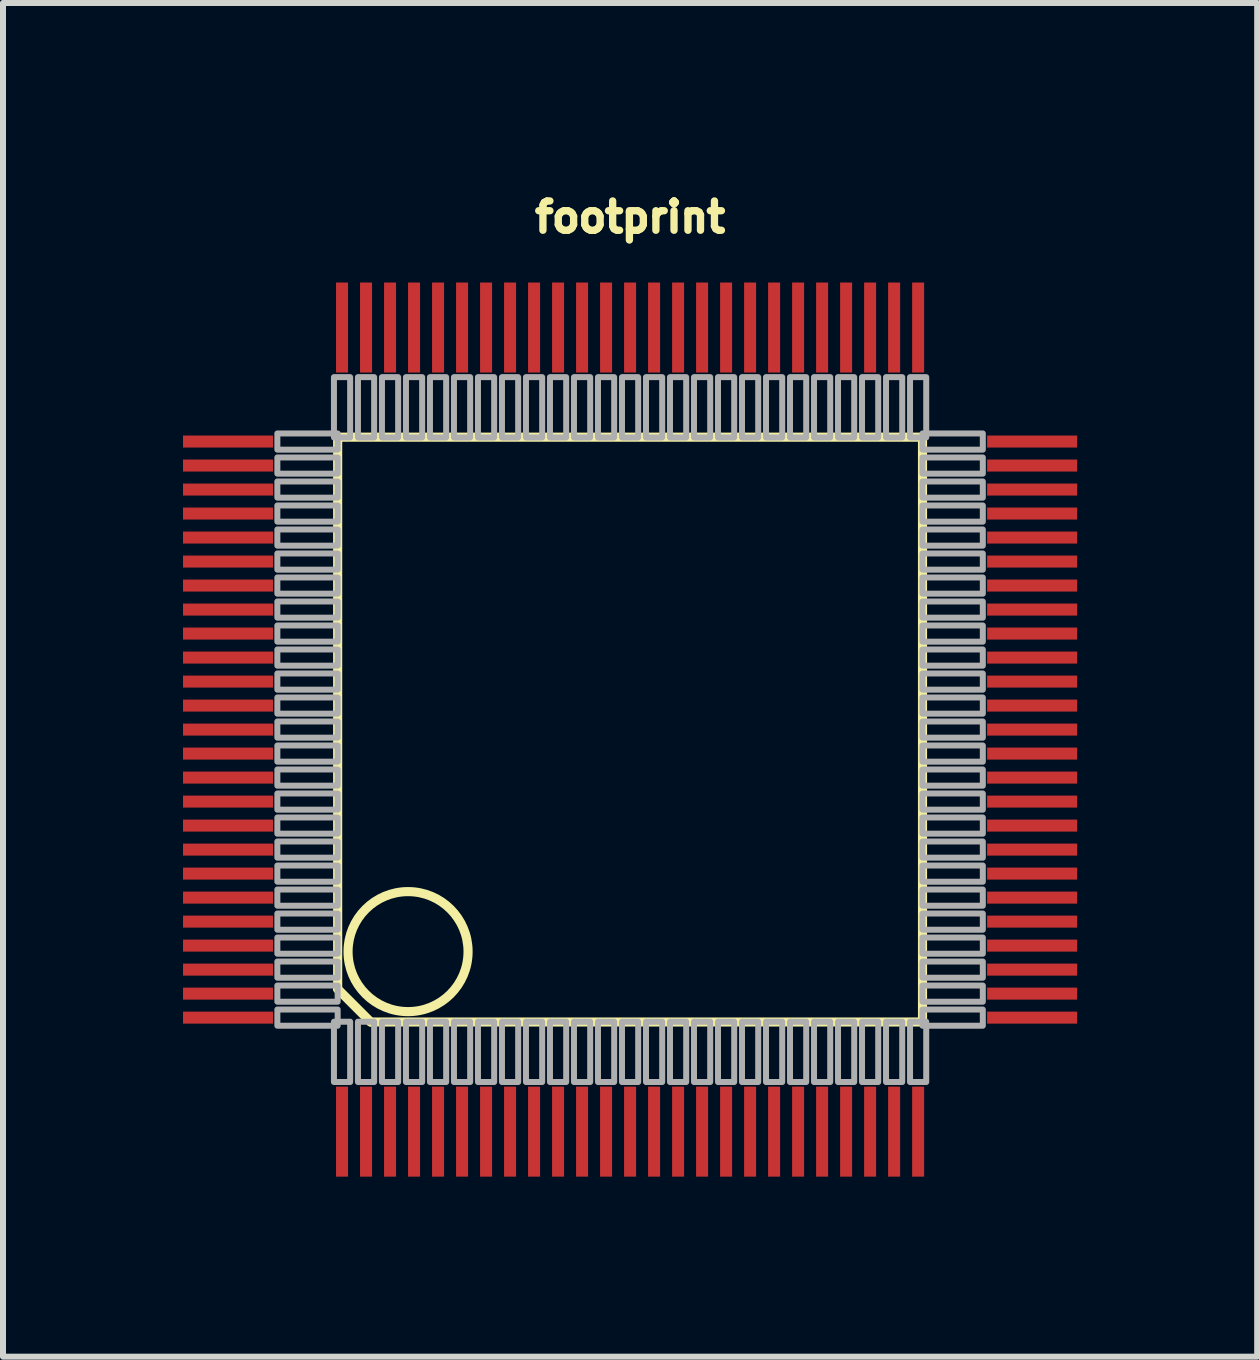
<source format=kicad_pcb>
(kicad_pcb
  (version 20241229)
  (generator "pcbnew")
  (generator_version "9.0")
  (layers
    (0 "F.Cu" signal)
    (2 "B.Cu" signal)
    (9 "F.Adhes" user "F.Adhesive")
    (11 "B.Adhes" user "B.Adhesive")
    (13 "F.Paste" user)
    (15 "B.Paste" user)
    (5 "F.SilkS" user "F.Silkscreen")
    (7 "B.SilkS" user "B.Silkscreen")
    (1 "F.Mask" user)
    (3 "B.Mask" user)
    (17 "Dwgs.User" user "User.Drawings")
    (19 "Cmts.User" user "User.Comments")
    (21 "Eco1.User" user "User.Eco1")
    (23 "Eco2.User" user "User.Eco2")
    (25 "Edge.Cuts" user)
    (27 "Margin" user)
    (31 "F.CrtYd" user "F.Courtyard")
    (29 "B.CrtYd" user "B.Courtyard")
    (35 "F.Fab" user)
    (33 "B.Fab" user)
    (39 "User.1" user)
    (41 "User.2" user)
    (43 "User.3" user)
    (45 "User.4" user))
  (footprint "footprint"
    (layer "F.Cu")
    (at 7.45 9.108)
    (property "Reference" "footprint" (at 0 -8.255 0) (layer "F.SilkS") (effects (font (size 0.488 0.488) (thickness 0.122)) (justify bottom)))
    (fp_line (start -4.873 -4.873) (end 4.873 -4.873) (stroke (width 0.152) (type solid)) (layer "F.SilkS"))
    (fp_line (start -4.873 4.323) (end -4.873 -4.873) (stroke (width 0.152) (type solid)) (layer "F.SilkS"))
    (fp_line (start -4.323 4.873) (end -4.873 4.323) (stroke (width 0.152) (type solid)) (layer "F.SilkS"))
    (fp_line (start 4.873 -4.873) (end 4.873 4.873) (stroke (width 0.152) (type solid)) (layer "F.SilkS"))
    (fp_line (start 4.873 4.873) (end -4.323 4.873) (stroke (width 0.152) (type solid)) (layer "F.SilkS"))
    (fp_circle (center -3.7 3.7) (end -2.7 3.7) (stroke (width 0.152) (type solid)) (fill no) (layer "F.SilkS"))
    (fp_poly (pts (xy -7.208 -4.707) (xy -6.386 -4.707) (xy -6.386 -4.892) (xy -7.208 -4.892)) (stroke (width 0) (type solid)) (fill yes) (layer "F.Paste"))
    (fp_poly (pts (xy -7.208 -2.309) (xy -6.386 -2.309) (xy -6.386 -2.494) (xy -7.208 -2.494)) (stroke (width 0) (type solid)) (fill yes) (layer "F.Paste"))
    (fp_poly (pts (xy -7.208 -1.509) (xy -6.386 -1.509) (xy -6.386 -1.694) (xy -7.208 -1.694)) (stroke (width 0) (type solid)) (fill yes) (layer "F.Paste"))
    (fp_poly (pts (xy -7.208 0.889) (xy -6.386 0.889) (xy -6.386 0.704) (xy -7.208 0.704)) (stroke (width 0) (type solid)) (fill yes) (layer "F.Paste"))
    (fp_poly (pts (xy -7.208 1.694) (xy -6.386 1.694) (xy -6.386 1.509) (xy -7.208 1.509)) (stroke (width 0) (type solid)) (fill yes) (layer "F.Paste"))
    (fp_poly (pts (xy -7.208 4.092) (xy -6.386 4.092) (xy -6.386 3.906) (xy -7.208 3.906)) (stroke (width 0) (type solid)) (fill yes) (layer "F.Paste"))
    (fp_poly (pts (xy -7.208 4.895) (xy -6.386 4.895) (xy -6.386 4.709) (xy -7.208 4.709)) (stroke (width 0) (type solid)) (fill yes) (layer "F.Paste"))
    (fp_poly (pts (xy -7.198 -3.109) (xy -6.375 -3.109) (xy -6.375 -3.294) (xy -7.198 -3.294)) (stroke (width 0) (type solid)) (fill yes) (layer "F.Paste"))
    (fp_poly (pts (xy -7.198 0.089) (xy -6.375 0.089) (xy -6.375 -0.097) (xy -7.198 -0.097)) (stroke (width 0) (type solid)) (fill yes) (layer "F.Paste"))
    (fp_poly (pts (xy -7.198 3.292) (xy -6.375 3.292) (xy -6.375 3.106) (xy -7.198 3.106)) (stroke (width 0) (type solid)) (fill yes) (layer "F.Paste"))
    (fp_poly (pts (xy -7.186 -3.906) (xy -6.363 -3.906) (xy -6.363 -4.092) (xy -7.186 -4.092)) (stroke (width 0) (type solid)) (fill yes) (layer "F.Paste"))
    (fp_poly (pts (xy -7.186 -0.709) (xy -6.363 -0.709) (xy -6.363 -0.894) (xy -7.186 -0.894)) (stroke (width 0) (type solid)) (fill yes) (layer "F.Paste"))
    (fp_poly (pts (xy -7.186 2.494) (xy -6.363 2.494) (xy -6.363 2.309) (xy -7.186 2.309)) (stroke (width 0) (type solid)) (fill yes) (layer "F.Paste"))
    (fp_poly (pts (xy -6.952 -4.313) (xy -6.154 -4.313) (xy -6.154 -4.491) (xy -6.952 -4.491)) (stroke (width 0) (type solid)) (fill yes) (layer "F.Paste"))
    (fp_poly (pts (xy -6.952 -1.915) (xy -6.154 -1.915) (xy -6.154 -2.093) (xy -6.952 -2.093)) (stroke (width 0) (type solid)) (fill yes) (layer "F.Paste"))
    (fp_poly (pts (xy -6.952 -1.115) (xy -6.154 -1.115) (xy -6.154 -1.293) (xy -6.952 -1.293)) (stroke (width 0) (type solid)) (fill yes) (layer "F.Paste"))
    (fp_poly (pts (xy -6.952 1.283) (xy -6.154 1.283) (xy -6.154 1.105) (xy -6.952 1.105)) (stroke (width 0) (type solid)) (fill yes) (layer "F.Paste"))
    (fp_poly (pts (xy -6.952 2.088) (xy -6.154 2.088) (xy -6.154 1.91) (xy -6.952 1.91)) (stroke (width 0) (type solid)) (fill yes) (layer "F.Paste"))
    (fp_poly (pts (xy -6.952 4.486) (xy -6.154 4.486) (xy -6.154 4.308) (xy -6.952 4.308)) (stroke (width 0) (type solid)) (fill yes) (layer "F.Paste"))
    (fp_poly (pts (xy -6.942 -2.715) (xy -6.144 -2.715) (xy -6.144 -2.893) (xy -6.942 -2.893)) (stroke (width 0) (type solid)) (fill yes) (layer "F.Paste"))
    (fp_poly (pts (xy -6.942 0.482) (xy -6.144 0.482) (xy -6.144 0.305) (xy -6.942 0.305)) (stroke (width 0) (type solid)) (fill yes) (layer "F.Paste"))
    (fp_poly (pts (xy -6.942 3.686) (xy -6.144 3.686) (xy -6.144 3.508) (xy -6.942 3.508)) (stroke (width 0) (type solid)) (fill yes) (layer "F.Paste"))
    (fp_poly (pts (xy -6.929 -3.513) (xy -6.132 -3.513) (xy -6.132 -3.691) (xy -6.929 -3.691)) (stroke (width 0) (type solid)) (fill yes) (layer "F.Paste"))
    (fp_poly (pts (xy -6.929 -0.315) (xy -6.132 -0.315) (xy -6.132 -0.493) (xy -6.929 -0.493)) (stroke (width 0) (type solid)) (fill yes) (layer "F.Paste"))
    (fp_poly (pts (xy -6.929 2.888) (xy -6.132 2.888) (xy -6.132 2.71) (xy -6.929 2.71)) (stroke (width 0) (type solid)) (fill yes) (layer "F.Paste"))
    (fp_poly (pts (xy -4.707 -6.17) (xy -4.707 -6.993) (xy -4.892 -6.993) (xy -4.892 -6.17)) (stroke (width 0) (type solid)) (fill yes) (layer "F.Paste"))
    (fp_poly (pts (xy -4.707 7.219) (xy -4.707 6.396) (xy -4.892 6.396) (xy -4.892 7.219)) (stroke (width 0) (type solid)) (fill yes) (layer "F.Paste"))
    (fp_poly (pts (xy -4.313 -6.426) (xy -4.313 -7.224) (xy -4.491 -7.224) (xy -4.491 -6.426)) (stroke (width 0) (type solid)) (fill yes) (layer "F.Paste"))
    (fp_poly (pts (xy -4.313 6.962) (xy -4.313 6.165) (xy -4.491 6.165) (xy -4.491 6.962)) (stroke (width 0) (type solid)) (fill yes) (layer "F.Paste"))
    (fp_poly (pts (xy -3.906 -6.193) (xy -3.906 -7.015) (xy -4.092 -7.015) (xy -4.092 -6.193)) (stroke (width 0) (type solid)) (fill yes) (layer "F.Paste"))
    (fp_poly (pts (xy -3.906 7.196) (xy -3.906 6.373) (xy -4.092 6.373) (xy -4.092 7.196)) (stroke (width 0) (type solid)) (fill yes) (layer "F.Paste"))
    (fp_poly (pts (xy -3.513 -6.449) (xy -3.513 -7.247) (xy -3.691 -7.247) (xy -3.691 -6.449)) (stroke (width 0) (type solid)) (fill yes) (layer "F.Paste"))
    (fp_poly (pts (xy -3.513 6.939) (xy -3.513 6.142) (xy -3.691 6.142) (xy -3.691 6.939)) (stroke (width 0) (type solid)) (fill yes) (layer "F.Paste"))
    (fp_poly (pts (xy -3.109 -6.18) (xy -3.109 -7.003) (xy -3.294 -7.003) (xy -3.294 -6.18)) (stroke (width 0) (type solid)) (fill yes) (layer "F.Paste"))
    (fp_poly (pts (xy -3.109 7.208) (xy -3.109 6.386) (xy -3.294 6.386) (xy -3.294 7.208)) (stroke (width 0) (type solid)) (fill yes) (layer "F.Paste"))
    (fp_poly (pts (xy -2.715 -6.436) (xy -2.715 -7.234) (xy -2.893 -7.234) (xy -2.893 -6.436)) (stroke (width 0) (type solid)) (fill yes) (layer "F.Paste"))
    (fp_poly (pts (xy -2.715 6.952) (xy -2.715 6.154) (xy -2.893 6.154) (xy -2.893 6.952)) (stroke (width 0) (type solid)) (fill yes) (layer "F.Paste"))
    (fp_poly (pts (xy -2.309 -6.17) (xy -2.309 -6.993) (xy -2.494 -6.993) (xy -2.494 -6.17)) (stroke (width 0) (type solid)) (fill yes) (layer "F.Paste"))
    (fp_poly (pts (xy -2.309 7.219) (xy -2.309 6.396) (xy -2.494 6.396) (xy -2.494 7.219)) (stroke (width 0) (type solid)) (fill yes) (layer "F.Paste"))
    (fp_poly (pts (xy -1.915 -6.426) (xy -1.915 -7.224) (xy -2.093 -7.224) (xy -2.093 -6.426)) (stroke (width 0) (type solid)) (fill yes) (layer "F.Paste"))
    (fp_poly (pts (xy -1.915 6.962) (xy -1.915 6.165) (xy -2.093 6.165) (xy -2.093 6.962)) (stroke (width 0) (type solid)) (fill yes) (layer "F.Paste"))
    (fp_poly (pts (xy -1.509 -6.17) (xy -1.509 -6.993) (xy -1.694 -6.993) (xy -1.694 -6.17)) (stroke (width 0) (type solid)) (fill yes) (layer "F.Paste"))
    (fp_poly (pts (xy -1.509 7.219) (xy -1.509 6.396) (xy -1.694 6.396) (xy -1.694 7.219)) (stroke (width 0) (type solid)) (fill yes) (layer "F.Paste"))
    (fp_poly (pts (xy -1.115 -6.426) (xy -1.115 -7.224) (xy -1.293 -7.224) (xy -1.293 -6.426)) (stroke (width 0) (type solid)) (fill yes) (layer "F.Paste"))
    (fp_poly (pts (xy -1.115 6.962) (xy -1.115 6.165) (xy -1.293 6.165) (xy -1.293 6.962)) (stroke (width 0) (type solid)) (fill yes) (layer "F.Paste"))
    (fp_poly (pts (xy -0.709 -6.193) (xy -0.709 -7.015) (xy -0.894 -7.015) (xy -0.894 -6.193)) (stroke (width 0) (type solid)) (fill yes) (layer "F.Paste"))
    (fp_poly (pts (xy -0.709 7.196) (xy -0.709 6.373) (xy -0.894 6.373) (xy -0.894 7.196)) (stroke (width 0) (type solid)) (fill yes) (layer "F.Paste"))
    (fp_poly (pts (xy -0.315 -6.449) (xy -0.315 -7.247) (xy -0.493 -7.247) (xy -0.493 -6.449)) (stroke (width 0) (type solid)) (fill yes) (layer "F.Paste"))
    (fp_poly (pts (xy -0.315 6.939) (xy -0.315 6.142) (xy -0.493 6.142) (xy -0.493 6.939)) (stroke (width 0) (type solid)) (fill yes) (layer "F.Paste"))
    (fp_poly (pts (xy 0.089 -6.18) (xy 0.089 -7.003) (xy -0.097 -7.003) (xy -0.097 -6.18)) (stroke (width 0) (type solid)) (fill yes) (layer "F.Paste"))
    (fp_poly (pts (xy 0.089 7.208) (xy 0.089 6.386) (xy -0.097 6.386) (xy -0.097 7.208)) (stroke (width 0) (type solid)) (fill yes) (layer "F.Paste"))
    (fp_poly (pts (xy 0.482 -6.436) (xy 0.482 -7.234) (xy 0.305 -7.234) (xy 0.305 -6.436)) (stroke (width 0) (type solid)) (fill yes) (layer "F.Paste"))
    (fp_poly (pts (xy 0.482 6.952) (xy 0.482 6.154) (xy 0.305 6.154) (xy 0.305 6.952)) (stroke (width 0) (type solid)) (fill yes) (layer "F.Paste"))
    (fp_poly (pts (xy 0.889 -6.17) (xy 0.889 -6.993) (xy 0.704 -6.993) (xy 0.704 -6.17)) (stroke (width 0) (type solid)) (fill yes) (layer "F.Paste"))
    (fp_poly (pts (xy 0.889 7.219) (xy 0.889 6.396) (xy 0.704 6.396) (xy 0.704 7.219)) (stroke (width 0) (type solid)) (fill yes) (layer "F.Paste"))
    (fp_poly (pts (xy 1.283 -6.426) (xy 1.283 -7.224) (xy 1.105 -7.224) (xy 1.105 -6.426)) (stroke (width 0) (type solid)) (fill yes) (layer "F.Paste"))
    (fp_poly (pts (xy 1.283 6.962) (xy 1.283 6.165) (xy 1.105 6.165) (xy 1.105 6.962)) (stroke (width 0) (type solid)) (fill yes) (layer "F.Paste"))
    (fp_poly (pts (xy 1.694 -6.17) (xy 1.694 -6.993) (xy 1.509 -6.993) (xy 1.509 -6.17)) (stroke (width 0) (type solid)) (fill yes) (layer "F.Paste"))
    (fp_poly (pts (xy 1.694 7.219) (xy 1.694 6.396) (xy 1.509 6.396) (xy 1.509 7.219)) (stroke (width 0) (type solid)) (fill yes) (layer "F.Paste"))
    (fp_poly (pts (xy 2.088 -6.426) (xy 2.088 -7.224) (xy 1.91 -7.224) (xy 1.91 -6.426)) (stroke (width 0) (type solid)) (fill yes) (layer "F.Paste"))
    (fp_poly (pts (xy 2.088 6.962) (xy 2.088 6.165) (xy 1.91 6.165) (xy 1.91 6.962)) (stroke (width 0) (type solid)) (fill yes) (layer "F.Paste"))
    (fp_poly (pts (xy 2.494 -6.193) (xy 2.494 -7.015) (xy 2.309 -7.015) (xy 2.309 -6.193)) (stroke (width 0) (type solid)) (fill yes) (layer "F.Paste"))
    (fp_poly (pts (xy 2.494 7.196) (xy 2.494 6.373) (xy 2.309 6.373) (xy 2.309 7.196)) (stroke (width 0) (type solid)) (fill yes) (layer "F.Paste"))
    (fp_poly (pts (xy 2.888 -6.449) (xy 2.888 -7.247) (xy 2.71 -7.247) (xy 2.71 -6.449)) (stroke (width 0) (type solid)) (fill yes) (layer "F.Paste"))
    (fp_poly (pts (xy 2.888 6.939) (xy 2.888 6.142) (xy 2.71 6.142) (xy 2.71 6.939)) (stroke (width 0) (type solid)) (fill yes) (layer "F.Paste"))
    (fp_poly (pts (xy 3.292 -6.18) (xy 3.292 -7.003) (xy 3.106 -7.003) (xy 3.106 -6.18)) (stroke (width 0) (type solid)) (fill yes) (layer "F.Paste"))
    (fp_poly (pts (xy 3.292 7.208) (xy 3.292 6.386) (xy 3.106 6.386) (xy 3.106 7.208)) (stroke (width 0) (type solid)) (fill yes) (layer "F.Paste"))
    (fp_poly (pts (xy 3.686 -6.436) (xy 3.686 -7.234) (xy 3.508 -7.234) (xy 3.508 -6.436)) (stroke (width 0) (type solid)) (fill yes) (layer "F.Paste"))
    (fp_poly (pts (xy 3.686 6.952) (xy 3.686 6.154) (xy 3.508 6.154) (xy 3.508 6.952)) (stroke (width 0) (type solid)) (fill yes) (layer "F.Paste"))
    (fp_poly (pts (xy 4.092 -6.17) (xy 4.092 -6.993) (xy 3.906 -6.993) (xy 3.906 -6.17)) (stroke (width 0) (type solid)) (fill yes) (layer "F.Paste"))
    (fp_poly (pts (xy 4.092 7.219) (xy 4.092 6.396) (xy 3.906 6.396) (xy 3.906 7.219)) (stroke (width 0) (type solid)) (fill yes) (layer "F.Paste"))
    (fp_poly (pts (xy 4.486 -6.426) (xy 4.486 -7.224) (xy 4.308 -7.224) (xy 4.308 -6.426)) (stroke (width 0) (type solid)) (fill yes) (layer "F.Paste"))
    (fp_poly (pts (xy 4.486 6.962) (xy 4.486 6.165) (xy 4.308 6.165) (xy 4.308 6.962)) (stroke (width 0) (type solid)) (fill yes) (layer "F.Paste"))
    (fp_poly (pts (xy 4.895 -6.17) (xy 4.895 -6.993) (xy 4.709 -6.993) (xy 4.709 -6.17)) (stroke (width 0) (type solid)) (fill yes) (layer "F.Paste"))
    (fp_poly (pts (xy 4.895 7.219) (xy 4.895 6.396) (xy 4.709 6.396) (xy 4.709 7.219)) (stroke (width 0) (type solid)) (fill yes) (layer "F.Paste"))
    (fp_poly (pts (xy 6.927 -2.888) (xy 6.129 -2.888) (xy 6.129 -2.71) (xy 6.927 -2.71)) (stroke (width 0) (type solid)) (fill yes) (layer "F.Paste"))
    (fp_poly (pts (xy 6.927 0.315) (xy 6.129 0.315) (xy 6.129 0.493) (xy 6.927 0.493)) (stroke (width 0) (type solid)) (fill yes) (layer "F.Paste"))
    (fp_poly (pts (xy 6.927 3.513) (xy 6.129 3.513) (xy 6.129 3.691) (xy 6.927 3.691)) (stroke (width 0) (type solid)) (fill yes) (layer "F.Paste"))
    (fp_poly (pts (xy 6.939 -3.686) (xy 6.142 -3.686) (xy 6.142 -3.508) (xy 6.939 -3.508)) (stroke (width 0) (type solid)) (fill yes) (layer "F.Paste"))
    (fp_poly (pts (xy 6.939 -0.482) (xy 6.142 -0.482) (xy 6.142 -0.305) (xy 6.939 -0.305)) (stroke (width 0) (type solid)) (fill yes) (layer "F.Paste"))
    (fp_poly (pts (xy 6.939 2.715) (xy 6.142 2.715) (xy 6.142 2.893) (xy 6.939 2.893)) (stroke (width 0) (type solid)) (fill yes) (layer "F.Paste"))
    (fp_poly (pts (xy 6.949 -4.486) (xy 6.152 -4.486) (xy 6.152 -4.308) (xy 6.949 -4.308)) (stroke (width 0) (type solid)) (fill yes) (layer "F.Paste"))
    (fp_poly (pts (xy 6.949 -2.088) (xy 6.152 -2.088) (xy 6.152 -1.91) (xy 6.949 -1.91)) (stroke (width 0) (type solid)) (fill yes) (layer "F.Paste"))
    (fp_poly (pts (xy 6.949 -1.283) (xy 6.152 -1.283) (xy 6.152 -1.105) (xy 6.949 -1.105)) (stroke (width 0) (type solid)) (fill yes) (layer "F.Paste"))
    (fp_poly (pts (xy 6.949 1.115) (xy 6.152 1.115) (xy 6.152 1.293) (xy 6.949 1.293)) (stroke (width 0) (type solid)) (fill yes) (layer "F.Paste"))
    (fp_poly (pts (xy 6.949 1.915) (xy 6.152 1.915) (xy 6.152 2.093) (xy 6.949 2.093)) (stroke (width 0) (type solid)) (fill yes) (layer "F.Paste"))
    (fp_poly (pts (xy 6.949 4.313) (xy 6.152 4.313) (xy 6.152 4.491) (xy 6.949 4.491)) (stroke (width 0) (type solid)) (fill yes) (layer "F.Paste"))
    (fp_poly (pts (xy 7.183 -2.494) (xy 6.36 -2.494) (xy 6.36 -2.309) (xy 7.183 -2.309)) (stroke (width 0) (type solid)) (fill yes) (layer "F.Paste"))
    (fp_poly (pts (xy 7.183 0.709) (xy 6.36 0.709) (xy 6.36 0.894) (xy 7.183 0.894)) (stroke (width 0) (type solid)) (fill yes) (layer "F.Paste"))
    (fp_poly (pts (xy 7.183 3.906) (xy 6.36 3.906) (xy 6.36 4.092) (xy 7.183 4.092)) (stroke (width 0) (type solid)) (fill yes) (layer "F.Paste"))
    (fp_poly (pts (xy 7.196 -3.292) (xy 6.373 -3.292) (xy 6.373 -3.106) (xy 7.196 -3.106)) (stroke (width 0) (type solid)) (fill yes) (layer "F.Paste"))
    (fp_poly (pts (xy 7.196 -0.089) (xy 6.373 -0.089) (xy 6.373 0.097) (xy 7.196 0.097)) (stroke (width 0) (type solid)) (fill yes) (layer "F.Paste"))
    (fp_poly (pts (xy 7.196 3.109) (xy 6.373 3.109) (xy 6.373 3.294) (xy 7.196 3.294)) (stroke (width 0) (type solid)) (fill yes) (layer "F.Paste"))
    (fp_poly (pts (xy 7.206 -4.895) (xy 6.383 -4.895) (xy 6.383 -4.709) (xy 7.206 -4.709)) (stroke (width 0) (type solid)) (fill yes) (layer "F.Paste"))
    (fp_poly (pts (xy 7.206 -4.092) (xy 6.383 -4.092) (xy 6.383 -3.906) (xy 7.206 -3.906)) (stroke (width 0) (type solid)) (fill yes) (layer "F.Paste"))
    (fp_poly (pts (xy 7.206 -1.694) (xy 6.383 -1.694) (xy 6.383 -1.509) (xy 7.206 -1.509)) (stroke (width 0) (type solid)) (fill yes) (layer "F.Paste"))
    (fp_poly (pts (xy 7.206 -0.889) (xy 6.383 -0.889) (xy 6.383 -0.704) (xy 7.206 -0.704)) (stroke (width 0) (type solid)) (fill yes) (layer "F.Paste"))
    (fp_poly (pts (xy 7.206 1.509) (xy 6.383 1.509) (xy 6.383 1.694) (xy 7.206 1.694)) (stroke (width 0) (type solid)) (fill yes) (layer "F.Paste"))
    (fp_poly (pts (xy 7.206 2.309) (xy 6.383 2.309) (xy 6.383 2.494) (xy 7.206 2.494)) (stroke (width 0) (type solid)) (fill yes) (layer "F.Paste"))
    (fp_poly (pts (xy 7.206 4.707) (xy 6.383 4.707) (xy 6.383 4.892) (xy 7.206 4.892)) (stroke (width 0) (type solid)) (fill yes) (layer "F.Paste"))
    (fp_poly (pts (xy -5.878 -4.665) (xy -4.873 -4.665) (xy -4.873 -4.935) (xy -5.878 -4.935)) (stroke (width 0.1) (type solid)) (fill no) (layer "F.Fab"))
    (fp_poly (pts (xy -5.878 -4.265) (xy -4.873 -4.265) (xy -4.873 -4.535) (xy -5.878 -4.535)) (stroke (width 0.1) (type solid)) (fill no) (layer "F.Fab"))
    (fp_poly (pts (xy -5.878 -3.865) (xy -4.873 -3.865) (xy -4.873 -4.135) (xy -5.878 -4.135)) (stroke (width 0.1) (type solid)) (fill no) (layer "F.Fab"))
    (fp_poly (pts (xy -5.878 -3.465) (xy -4.873 -3.465) (xy -4.873 -3.735) (xy -5.878 -3.735)) (stroke (width 0.1) (type solid)) (fill no) (layer "F.Fab"))
    (fp_poly (pts (xy -5.878 -3.065) (xy -4.873 -3.065) (xy -4.873 -3.335) (xy -5.878 -3.335)) (stroke (width 0.1) (type solid)) (fill no) (layer "F.Fab"))
    (fp_poly (pts (xy -5.878 -2.665) (xy -4.873 -2.665) (xy -4.873 -2.935) (xy -5.878 -2.935)) (stroke (width 0.1) (type solid)) (fill no) (layer "F.Fab"))
    (fp_poly (pts (xy -5.878 -2.265) (xy -4.873 -2.265) (xy -4.873 -2.535) (xy -5.878 -2.535)) (stroke (width 0.1) (type solid)) (fill no) (layer "F.Fab"))
    (fp_poly (pts (xy -5.878 -1.865) (xy -4.873 -1.865) (xy -4.873 -2.135) (xy -5.878 -2.135)) (stroke (width 0.1) (type solid)) (fill no) (layer "F.Fab"))
    (fp_poly (pts (xy -5.878 -1.465) (xy -4.873 -1.465) (xy -4.873 -1.735) (xy -5.878 -1.735)) (stroke (width 0.1) (type solid)) (fill no) (layer "F.Fab"))
    (fp_poly (pts (xy -5.878 -1.065) (xy -4.873 -1.065) (xy -4.873 -1.335) (xy -5.878 -1.335)) (stroke (width 0.1) (type solid)) (fill no) (layer "F.Fab"))
    (fp_poly (pts (xy -5.878 -0.665) (xy -4.873 -0.665) (xy -4.873 -0.935) (xy -5.878 -0.935)) (stroke (width 0.1) (type solid)) (fill no) (layer "F.Fab"))
    (fp_poly (pts (xy -5.878 -0.265) (xy -4.873 -0.265) (xy -4.873 -0.535) (xy -5.878 -0.535)) (stroke (width 0.1) (type solid)) (fill no) (layer "F.Fab"))
    (fp_poly (pts (xy -5.878 0.135) (xy -4.873 0.135) (xy -4.873 -0.135) (xy -5.878 -0.135)) (stroke (width 0.1) (type solid)) (fill no) (layer "F.Fab"))
    (fp_poly (pts (xy -5.878 0.535) (xy -4.873 0.535) (xy -4.873 0.265) (xy -5.878 0.265)) (stroke (width 0.1) (type solid)) (fill no) (layer "F.Fab"))
    (fp_poly (pts (xy -5.878 0.935) (xy -4.873 0.935) (xy -4.873 0.665) (xy -5.878 0.665)) (stroke (width 0.1) (type solid)) (fill no) (layer "F.Fab"))
    (fp_poly (pts (xy -5.878 1.335) (xy -4.873 1.335) (xy -4.873 1.065) (xy -5.878 1.065)) (stroke (width 0.1) (type solid)) (fill no) (layer "F.Fab"))
    (fp_poly (pts (xy -5.878 1.735) (xy -4.873 1.735) (xy -4.873 1.465) (xy -5.878 1.465)) (stroke (width 0.1) (type solid)) (fill no) (layer "F.Fab"))
    (fp_poly (pts (xy -5.878 2.135) (xy -4.873 2.135) (xy -4.873 1.865) (xy -5.878 1.865)) (stroke (width 0.1) (type solid)) (fill no) (layer "F.Fab"))
    (fp_poly (pts (xy -5.878 2.535) (xy -4.873 2.535) (xy -4.873 2.265) (xy -5.878 2.265)) (stroke (width 0.1) (type solid)) (fill no) (layer "F.Fab"))
    (fp_poly (pts (xy -5.878 2.935) (xy -4.873 2.935) (xy -4.873 2.665) (xy -5.878 2.665)) (stroke (width 0.1) (type solid)) (fill no) (layer "F.Fab"))
    (fp_poly (pts (xy -5.878 3.335) (xy -4.873 3.335) (xy -4.873 3.065) (xy -5.878 3.065)) (stroke (width 0.1) (type solid)) (fill no) (layer "F.Fab"))
    (fp_poly (pts (xy -5.878 3.735) (xy -4.873 3.735) (xy -4.873 3.465) (xy -5.878 3.465)) (stroke (width 0.1) (type solid)) (fill no) (layer "F.Fab"))
    (fp_poly (pts (xy -5.878 4.135) (xy -4.873 4.135) (xy -4.873 3.865) (xy -5.878 3.865)) (stroke (width 0.1) (type solid)) (fill no) (layer "F.Fab"))
    (fp_poly (pts (xy -5.878 4.535) (xy -4.873 4.535) (xy -4.873 4.265) (xy -5.878 4.265)) (stroke (width 0.1) (type solid)) (fill no) (layer "F.Fab"))
    (fp_poly (pts (xy -5.878 4.935) (xy -4.873 4.935) (xy -4.873 4.665) (xy -5.878 4.665)) (stroke (width 0.1) (type solid)) (fill no) (layer "F.Fab"))
    (fp_poly (pts (xy -4.935 -4.868) (xy -4.665 -4.868) (xy -4.665 -5.873) (xy -4.935 -5.873)) (stroke (width 0.1) (type solid)) (fill no) (layer "F.Fab"))
    (fp_poly (pts (xy -4.935 5.873) (xy -4.665 5.873) (xy -4.665 4.868) (xy -4.935 4.868)) (stroke (width 0.1) (type solid)) (fill no) (layer "F.Fab"))
    (fp_poly (pts (xy -4.535 -4.868) (xy -4.265 -4.868) (xy -4.265 -5.873) (xy -4.535 -5.873)) (stroke (width 0.1) (type solid)) (fill no) (layer "F.Fab"))
    (fp_poly (pts (xy -4.535 5.873) (xy -4.265 5.873) (xy -4.265 4.868) (xy -4.535 4.868)) (stroke (width 0.1) (type solid)) (fill no) (layer "F.Fab"))
    (fp_poly (pts (xy -4.135 -4.868) (xy -3.865 -4.868) (xy -3.865 -5.873) (xy -4.135 -5.873)) (stroke (width 0.1) (type solid)) (fill no) (layer "F.Fab"))
    (fp_poly (pts (xy -4.135 5.873) (xy -3.865 5.873) (xy -3.865 4.868) (xy -4.135 4.868)) (stroke (width 0.1) (type solid)) (fill no) (layer "F.Fab"))
    (fp_poly (pts (xy -3.735 -4.868) (xy -3.465 -4.868) (xy -3.465 -5.873) (xy -3.735 -5.873)) (stroke (width 0.1) (type solid)) (fill no) (layer "F.Fab"))
    (fp_poly (pts (xy -3.735 5.873) (xy -3.465 5.873) (xy -3.465 4.868) (xy -3.735 4.868)) (stroke (width 0.1) (type solid)) (fill no) (layer "F.Fab"))
    (fp_poly (pts (xy -3.335 -4.868) (xy -3.065 -4.868) (xy -3.065 -5.873) (xy -3.335 -5.873)) (stroke (width 0.1) (type solid)) (fill no) (layer "F.Fab"))
    (fp_poly (pts (xy -3.335 5.873) (xy -3.065 5.873) (xy -3.065 4.868) (xy -3.335 4.868)) (stroke (width 0.1) (type solid)) (fill no) (layer "F.Fab"))
    (fp_poly (pts (xy -2.935 -4.868) (xy -2.665 -4.868) (xy -2.665 -5.873) (xy -2.935 -5.873)) (stroke (width 0.1) (type solid)) (fill no) (layer "F.Fab"))
    (fp_poly (pts (xy -2.935 5.873) (xy -2.665 5.873) (xy -2.665 4.868) (xy -2.935 4.868)) (stroke (width 0.1) (type solid)) (fill no) (layer "F.Fab"))
    (fp_poly (pts (xy -2.535 -4.868) (xy -2.265 -4.868) (xy -2.265 -5.873) (xy -2.535 -5.873)) (stroke (width 0.1) (type solid)) (fill no) (layer "F.Fab"))
    (fp_poly (pts (xy -2.535 5.873) (xy -2.265 5.873) (xy -2.265 4.868) (xy -2.535 4.868)) (stroke (width 0.1) (type solid)) (fill no) (layer "F.Fab"))
    (fp_poly (pts (xy -2.135 -4.868) (xy -1.865 -4.868) (xy -1.865 -5.873) (xy -2.135 -5.873)) (stroke (width 0.1) (type solid)) (fill no) (layer "F.Fab"))
    (fp_poly (pts (xy -2.135 5.873) (xy -1.865 5.873) (xy -1.865 4.868) (xy -2.135 4.868)) (stroke (width 0.1) (type solid)) (fill no) (layer "F.Fab"))
    (fp_poly (pts (xy -1.735 -4.868) (xy -1.465 -4.868) (xy -1.465 -5.873) (xy -1.735 -5.873)) (stroke (width 0.1) (type solid)) (fill no) (layer "F.Fab"))
    (fp_poly (pts (xy -1.735 5.873) (xy -1.465 5.873) (xy -1.465 4.868) (xy -1.735 4.868)) (stroke (width 0.1) (type solid)) (fill no) (layer "F.Fab"))
    (fp_poly (pts (xy -1.335 -4.868) (xy -1.065 -4.868) (xy -1.065 -5.873) (xy -1.335 -5.873)) (stroke (width 0.1) (type solid)) (fill no) (layer "F.Fab"))
    (fp_poly (pts (xy -1.335 5.873) (xy -1.065 5.873) (xy -1.065 4.868) (xy -1.335 4.868)) (stroke (width 0.1) (type solid)) (fill no) (layer "F.Fab"))
    (fp_poly (pts (xy -0.935 -4.868) (xy -0.665 -4.868) (xy -0.665 -5.873) (xy -0.935 -5.873)) (stroke (width 0.1) (type solid)) (fill no) (layer "F.Fab"))
    (fp_poly (pts (xy -0.935 5.873) (xy -0.665 5.873) (xy -0.665 4.868) (xy -0.935 4.868)) (stroke (width 0.1) (type solid)) (fill no) (layer "F.Fab"))
    (fp_poly (pts (xy -0.535 -4.868) (xy -0.265 -4.868) (xy -0.265 -5.873) (xy -0.535 -5.873)) (stroke (width 0.1) (type solid)) (fill no) (layer "F.Fab"))
    (fp_poly (pts (xy -0.535 5.873) (xy -0.265 5.873) (xy -0.265 4.868) (xy -0.535 4.868)) (stroke (width 0.1) (type solid)) (fill no) (layer "F.Fab"))
    (fp_poly (pts (xy -0.135 -4.868) (xy 0.135 -4.868) (xy 0.135 -5.873) (xy -0.135 -5.873)) (stroke (width 0.1) (type solid)) (fill no) (layer "F.Fab"))
    (fp_poly (pts (xy -0.135 5.873) (xy 0.135 5.873) (xy 0.135 4.868) (xy -0.135 4.868)) (stroke (width 0.1) (type solid)) (fill no) (layer "F.Fab"))
    (fp_poly (pts (xy 0.265 -4.868) (xy 0.535 -4.868) (xy 0.535 -5.873) (xy 0.265 -5.873)) (stroke (width 0.1) (type solid)) (fill no) (layer "F.Fab"))
    (fp_poly (pts (xy 0.265 5.873) (xy 0.535 5.873) (xy 0.535 4.868) (xy 0.265 4.868)) (stroke (width 0.1) (type solid)) (fill no) (layer "F.Fab"))
    (fp_poly (pts (xy 0.665 -4.868) (xy 0.935 -4.868) (xy 0.935 -5.873) (xy 0.665 -5.873)) (stroke (width 0.1) (type solid)) (fill no) (layer "F.Fab"))
    (fp_poly (pts (xy 0.665 5.873) (xy 0.935 5.873) (xy 0.935 4.868) (xy 0.665 4.868)) (stroke (width 0.1) (type solid)) (fill no) (layer "F.Fab"))
    (fp_poly (pts (xy 1.065 -4.868) (xy 1.335 -4.868) (xy 1.335 -5.873) (xy 1.065 -5.873)) (stroke (width 0.1) (type solid)) (fill no) (layer "F.Fab"))
    (fp_poly (pts (xy 1.065 5.873) (xy 1.335 5.873) (xy 1.335 4.868) (xy 1.065 4.868)) (stroke (width 0.1) (type solid)) (fill no) (layer "F.Fab"))
    (fp_poly (pts (xy 1.465 -4.868) (xy 1.735 -4.868) (xy 1.735 -5.873) (xy 1.465 -5.873)) (stroke (width 0.1) (type solid)) (fill no) (layer "F.Fab"))
    (fp_poly (pts (xy 1.465 5.873) (xy 1.735 5.873) (xy 1.735 4.868) (xy 1.465 4.868)) (stroke (width 0.1) (type solid)) (fill no) (layer "F.Fab"))
    (fp_poly (pts (xy 1.865 -4.868) (xy 2.135 -4.868) (xy 2.135 -5.873) (xy 1.865 -5.873)) (stroke (width 0.1) (type solid)) (fill no) (layer "F.Fab"))
    (fp_poly (pts (xy 1.865 5.873) (xy 2.135 5.873) (xy 2.135 4.868) (xy 1.865 4.868)) (stroke (width 0.1) (type solid)) (fill no) (layer "F.Fab"))
    (fp_poly (pts (xy 2.265 -4.868) (xy 2.535 -4.868) (xy 2.535 -5.873) (xy 2.265 -5.873)) (stroke (width 0.1) (type solid)) (fill no) (layer "F.Fab"))
    (fp_poly (pts (xy 2.265 5.873) (xy 2.535 5.873) (xy 2.535 4.868) (xy 2.265 4.868)) (stroke (width 0.1) (type solid)) (fill no) (layer "F.Fab"))
    (fp_poly (pts (xy 2.665 -4.868) (xy 2.935 -4.868) (xy 2.935 -5.873) (xy 2.665 -5.873)) (stroke (width 0.1) (type solid)) (fill no) (layer "F.Fab"))
    (fp_poly (pts (xy 2.665 5.873) (xy 2.935 5.873) (xy 2.935 4.868) (xy 2.665 4.868)) (stroke (width 0.1) (type solid)) (fill no) (layer "F.Fab"))
    (fp_poly (pts (xy 3.065 -4.868) (xy 3.335 -4.868) (xy 3.335 -5.873) (xy 3.065 -5.873)) (stroke (width 0.1) (type solid)) (fill no) (layer "F.Fab"))
    (fp_poly (pts (xy 3.065 5.873) (xy 3.335 5.873) (xy 3.335 4.868) (xy 3.065 4.868)) (stroke (width 0.1) (type solid)) (fill no) (layer "F.Fab"))
    (fp_poly (pts (xy 3.465 -4.868) (xy 3.735 -4.868) (xy 3.735 -5.873) (xy 3.465 -5.873)) (stroke (width 0.1) (type solid)) (fill no) (layer "F.Fab"))
    (fp_poly (pts (xy 3.465 5.873) (xy 3.735 5.873) (xy 3.735 4.868) (xy 3.465 4.868)) (stroke (width 0.1) (type solid)) (fill no) (layer "F.Fab"))
    (fp_poly (pts (xy 3.865 -4.868) (xy 4.135 -4.868) (xy 4.135 -5.873) (xy 3.865 -5.873)) (stroke (width 0.1) (type solid)) (fill no) (layer "F.Fab"))
    (fp_poly (pts (xy 3.865 5.873) (xy 4.135 5.873) (xy 4.135 4.868) (xy 3.865 4.868)) (stroke (width 0.1) (type solid)) (fill no) (layer "F.Fab"))
    (fp_poly (pts (xy 4.265 -4.868) (xy 4.535 -4.868) (xy 4.535 -5.873) (xy 4.265 -5.873)) (stroke (width 0.1) (type solid)) (fill no) (layer "F.Fab"))
    (fp_poly (pts (xy 4.265 5.873) (xy 4.535 5.873) (xy 4.535 4.868) (xy 4.265 4.868)) (stroke (width 0.1) (type solid)) (fill no) (layer "F.Fab"))
    (fp_poly (pts (xy 4.665 -4.868) (xy 4.935 -4.868) (xy 4.935 -5.873) (xy 4.665 -5.873)) (stroke (width 0.1) (type solid)) (fill no) (layer "F.Fab"))
    (fp_poly (pts (xy 4.665 5.873) (xy 4.935 5.873) (xy 4.935 4.868) (xy 4.665 4.868)) (stroke (width 0.1) (type solid)) (fill no) (layer "F.Fab"))
    (fp_poly (pts (xy 4.873 -4.665) (xy 5.878 -4.665) (xy 5.878 -4.935) (xy 4.873 -4.935)) (stroke (width 0.1) (type solid)) (fill no) (layer "F.Fab"))
    (fp_poly (pts (xy 4.873 -4.265) (xy 5.878 -4.265) (xy 5.878 -4.535) (xy 4.873 -4.535)) (stroke (width 0.1) (type solid)) (fill no) (layer "F.Fab"))
    (fp_poly (pts (xy 4.873 -3.865) (xy 5.878 -3.865) (xy 5.878 -4.135) (xy 4.873 -4.135)) (stroke (width 0.1) (type solid)) (fill no) (layer "F.Fab"))
    (fp_poly (pts (xy 4.873 -3.465) (xy 5.878 -3.465) (xy 5.878 -3.735) (xy 4.873 -3.735)) (stroke (width 0.1) (type solid)) (fill no) (layer "F.Fab"))
    (fp_poly (pts (xy 4.873 -3.065) (xy 5.878 -3.065) (xy 5.878 -3.335) (xy 4.873 -3.335)) (stroke (width 0.1) (type solid)) (fill no) (layer "F.Fab"))
    (fp_poly (pts (xy 4.873 -2.665) (xy 5.878 -2.665) (xy 5.878 -2.935) (xy 4.873 -2.935)) (stroke (width 0.1) (type solid)) (fill no) (layer "F.Fab"))
    (fp_poly (pts (xy 4.873 -2.265) (xy 5.878 -2.265) (xy 5.878 -2.535) (xy 4.873 -2.535)) (stroke (width 0.1) (type solid)) (fill no) (layer "F.Fab"))
    (fp_poly (pts (xy 4.873 -1.865) (xy 5.878 -1.865) (xy 5.878 -2.135) (xy 4.873 -2.135)) (stroke (width 0.1) (type solid)) (fill no) (layer "F.Fab"))
    (fp_poly (pts (xy 4.873 -1.465) (xy 5.878 -1.465) (xy 5.878 -1.735) (xy 4.873 -1.735)) (stroke (width 0.1) (type solid)) (fill no) (layer "F.Fab"))
    (fp_poly (pts (xy 4.873 -1.065) (xy 5.878 -1.065) (xy 5.878 -1.335) (xy 4.873 -1.335)) (stroke (width 0.1) (type solid)) (fill no) (layer "F.Fab"))
    (fp_poly (pts (xy 4.873 -0.665) (xy 5.878 -0.665) (xy 5.878 -0.935) (xy 4.873 -0.935)) (stroke (width 0.1) (type solid)) (fill no) (layer "F.Fab"))
    (fp_poly (pts (xy 4.873 -0.265) (xy 5.878 -0.265) (xy 5.878 -0.535) (xy 4.873 -0.535)) (stroke (width 0.1) (type solid)) (fill no) (layer "F.Fab"))
    (fp_poly (pts (xy 4.873 0.135) (xy 5.878 0.135) (xy 5.878 -0.135) (xy 4.873 -0.135)) (stroke (width 0.1) (type solid)) (fill no) (layer "F.Fab"))
    (fp_poly (pts (xy 4.873 0.535) (xy 5.878 0.535) (xy 5.878 0.265) (xy 4.873 0.265)) (stroke (width 0.1) (type solid)) (fill no) (layer "F.Fab"))
    (fp_poly (pts (xy 4.873 0.935) (xy 5.878 0.935) (xy 5.878 0.665) (xy 4.873 0.665)) (stroke (width 0.1) (type solid)) (fill no) (layer "F.Fab"))
    (fp_poly (pts (xy 4.873 1.335) (xy 5.878 1.335) (xy 5.878 1.065) (xy 4.873 1.065)) (stroke (width 0.1) (type solid)) (fill no) (layer "F.Fab"))
    (fp_poly (pts (xy 4.873 1.735) (xy 5.878 1.735) (xy 5.878 1.465) (xy 4.873 1.465)) (stroke (width 0.1) (type solid)) (fill no) (layer "F.Fab"))
    (fp_poly (pts (xy 4.873 2.135) (xy 5.878 2.135) (xy 5.878 1.865) (xy 4.873 1.865)) (stroke (width 0.1) (type solid)) (fill no) (layer "F.Fab"))
    (fp_poly (pts (xy 4.873 2.535) (xy 5.878 2.535) (xy 5.878 2.265) (xy 4.873 2.265)) (stroke (width 0.1) (type solid)) (fill no) (layer "F.Fab"))
    (fp_poly (pts (xy 4.873 2.935) (xy 5.878 2.935) (xy 5.878 2.665) (xy 4.873 2.665)) (stroke (width 0.1) (type solid)) (fill no) (layer "F.Fab"))
    (fp_poly (pts (xy 4.873 3.335) (xy 5.878 3.335) (xy 5.878 3.065) (xy 4.873 3.065)) (stroke (width 0.1) (type solid)) (fill no) (layer "F.Fab"))
    (fp_poly (pts (xy 4.873 3.735) (xy 5.878 3.735) (xy 5.878 3.465) (xy 4.873 3.465)) (stroke (width 0.1) (type solid)) (fill no) (layer "F.Fab"))
    (fp_poly (pts (xy 4.873 4.135) (xy 5.878 4.135) (xy 5.878 3.865) (xy 4.873 3.865)) (stroke (width 0.1) (type solid)) (fill no) (layer "F.Fab"))
    (fp_poly (pts (xy 4.873 4.535) (xy 5.878 4.535) (xy 5.878 4.265) (xy 4.873 4.265)) (stroke (width 0.1) (type solid)) (fill no) (layer "F.Fab"))
    (fp_poly (pts (xy 4.873 4.935) (xy 5.878 4.935) (xy 5.878 4.665) (xy 4.873 4.665)) (stroke (width 0.1) (type solid)) (fill no) (layer "F.Fab"))
    (pad "1" smd rect (at -4.8 6.7) (size 0.2 1.5) (layers "F.Cu" "F.Mask"))
    (pad "2" smd rect (at -4.4 6.7) (size 0.2 1.5) (layers "F.Cu" "F.Mask"))
    (pad "3" smd rect (at -4 6.7) (size 0.2 1.5) (layers "F.Cu" "F.Mask"))
    (pad "4" smd rect (at -3.6 6.7) (size 0.2 1.5) (layers "F.Cu" "F.Mask"))
    (pad "5" smd rect (at -3.2 6.7) (size 0.2 1.5) (layers "F.Cu" "F.Mask"))
    (pad "6" smd rect (at -2.8 6.7) (size 0.2 1.5) (layers "F.Cu" "F.Mask"))
    (pad "7" smd rect (at -2.4 6.7) (size 0.2 1.5) (layers "F.Cu" "F.Mask"))
    (pad "8" smd rect (at -2 6.7) (size 0.2 1.5) (layers "F.Cu" "F.Mask"))
    (pad "9" smd rect (at -1.6 6.7) (size 0.2 1.5) (layers "F.Cu" "F.Mask"))
    (pad "10" smd rect (at -1.2 6.7) (size 0.2 1.5) (layers "F.Cu" "F.Mask"))
    (pad "11" smd rect (at -0.8 6.7) (size 0.2 1.5) (layers "F.Cu" "F.Mask"))
    (pad "12" smd rect (at -0.4 6.7) (size 0.2 1.5) (layers "F.Cu" "F.Mask"))
    (pad "13" smd rect (at 0 6.7) (size 0.2 1.5) (layers "F.Cu" "F.Mask"))
    (pad "14" smd rect (at 0.4 6.7) (size 0.2 1.5) (layers "F.Cu" "F.Mask"))
    (pad "15" smd rect (at 0.8 6.7) (size 0.2 1.5) (layers "F.Cu" "F.Mask"))
    (pad "16" smd rect (at 1.2 6.7) (size 0.2 1.5) (layers "F.Cu" "F.Mask"))
    (pad "17" smd rect (at 1.6 6.7) (size 0.2 1.5) (layers "F.Cu" "F.Mask"))
    (pad "18" smd rect (at 2 6.7) (size 0.2 1.5) (layers "F.Cu" "F.Mask"))
    (pad "19" smd rect (at 2.4 6.7) (size 0.2 1.5) (layers "F.Cu" "F.Mask"))
    (pad "20" smd rect (at 2.8 6.7) (size 0.2 1.5) (layers "F.Cu" "F.Mask"))
    (pad "21" smd rect (at 3.2 6.7) (size 0.2 1.5) (layers "F.Cu" "F.Mask"))
    (pad "22" smd rect (at 3.6 6.7) (size 0.2 1.5) (layers "F.Cu" "F.Mask"))
    (pad "23" smd rect (at 4 6.7) (size 0.2 1.5) (layers "F.Cu" "F.Mask"))
    (pad "24" smd rect (at 4.4 6.7) (size 0.2 1.5) (layers "F.Cu" "F.Mask"))
    (pad "25" smd rect (at 4.8 6.7) (size 0.2 1.5) (layers "F.Cu" "F.Mask"))
    (pad "26" smd rect (at 6.7 4.8) (size 1.5 0.2) (layers "F.Cu" "F.Mask"))
    (pad "27" smd rect (at 6.7 4.4) (size 1.5 0.2) (layers "F.Cu" "F.Mask"))
    (pad "28" smd rect (at 6.7 4) (size 1.5 0.2) (layers "F.Cu" "F.Mask"))
    (pad "29" smd rect (at 6.7 3.6) (size 1.5 0.2) (layers "F.Cu" "F.Mask"))
    (pad "30" smd rect (at 6.7 3.2) (size 1.5 0.2) (layers "F.Cu" "F.Mask"))
    (pad "31" smd rect (at 6.7 2.8) (size 1.5 0.2) (layers "F.Cu" "F.Mask"))
    (pad "32" smd rect (at 6.7 2.4) (size 1.5 0.2) (layers "F.Cu" "F.Mask"))
    (pad "33" smd rect (at 6.7 2) (size 1.5 0.2) (layers "F.Cu" "F.Mask"))
    (pad "34" smd rect (at 6.7 1.6) (size 1.5 0.2) (layers "F.Cu" "F.Mask"))
    (pad "35" smd rect (at 6.7 1.2) (size 1.5 0.2) (layers "F.Cu" "F.Mask"))
    (pad "36" smd rect (at 6.7 0.8) (size 1.5 0.2) (layers "F.Cu" "F.Mask"))
    (pad "37" smd rect (at 6.7 0.4) (size 1.5 0.2) (layers "F.Cu" "F.Mask"))
    (pad "38" smd rect (at 6.7 0) (size 1.5 0.2) (layers "F.Cu" "F.Mask"))
    (pad "39" smd rect (at 6.7 -0.4) (size 1.5 0.2) (layers "F.Cu" "F.Mask"))
    (pad "40" smd rect (at 6.7 -0.8) (size 1.5 0.2) (layers "F.Cu" "F.Mask"))
    (pad "41" smd rect (at 6.7 -1.2) (size 1.5 0.2) (layers "F.Cu" "F.Mask"))
    (pad "42" smd rect (at 6.7 -1.6) (size 1.5 0.2) (layers "F.Cu" "F.Mask"))
    (pad "43" smd rect (at 6.7 -2) (size 1.5 0.2) (layers "F.Cu" "F.Mask"))
    (pad "44" smd rect (at 6.7 -2.4) (size 1.5 0.2) (layers "F.Cu" "F.Mask"))
    (pad "45" smd rect (at 6.7 -2.8) (size 1.5 0.2) (layers "F.Cu" "F.Mask"))
    (pad "46" smd rect (at 6.7 -3.2) (size 1.5 0.2) (layers "F.Cu" "F.Mask"))
    (pad "47" smd rect (at 6.7 -3.6) (size 1.5 0.2) (layers "F.Cu" "F.Mask"))
    (pad "48" smd rect (at 6.7 -4) (size 1.5 0.2) (layers "F.Cu" "F.Mask"))
    (pad "49" smd rect (at 6.7 -4.4) (size 1.5 0.2) (layers "F.Cu" "F.Mask"))
    (pad "50" smd rect (at 6.7 -4.8) (size 1.5 0.2) (layers "F.Cu" "F.Mask"))
    (pad "51" smd rect (at 4.8 -6.7) (size 0.2 1.5) (layers "F.Cu" "F.Mask"))
    (pad "52" smd rect (at 4.4 -6.7) (size 0.2 1.5) (layers "F.Cu" "F.Mask"))
    (pad "53" smd rect (at 4 -6.7) (size 0.2 1.5) (layers "F.Cu" "F.Mask"))
    (pad "54" smd rect (at 3.6 -6.7) (size 0.2 1.5) (layers "F.Cu" "F.Mask"))
    (pad "55" smd rect (at 3.2 -6.7) (size 0.2 1.5) (layers "F.Cu" "F.Mask"))
    (pad "56" smd rect (at 2.8 -6.7) (size 0.2 1.5) (layers "F.Cu" "F.Mask"))
    (pad "57" smd rect (at 2.4 -6.7) (size 0.2 1.5) (layers "F.Cu" "F.Mask"))
    (pad "58" smd rect (at 2 -6.7) (size 0.2 1.5) (layers "F.Cu" "F.Mask"))
    (pad "59" smd rect (at 1.6 -6.7) (size 0.2 1.5) (layers "F.Cu" "F.Mask"))
    (pad "60" smd rect (at 1.2 -6.7) (size 0.2 1.5) (layers "F.Cu" "F.Mask"))
    (pad "61" smd rect (at 0.8 -6.7) (size 0.2 1.5) (layers "F.Cu" "F.Mask"))
    (pad "62" smd rect (at 0.4 -6.7) (size 0.2 1.5) (layers "F.Cu" "F.Mask"))
    (pad "63" smd rect (at 0 -6.7) (size 0.2 1.5) (layers "F.Cu" "F.Mask"))
    (pad "64" smd rect (at -0.4 -6.7) (size 0.2 1.5) (layers "F.Cu" "F.Mask"))
    (pad "65" smd rect (at -0.8 -6.7) (size 0.2 1.5) (layers "F.Cu" "F.Mask"))
    (pad "66" smd rect (at -1.2 -6.7) (size 0.2 1.5) (layers "F.Cu" "F.Mask"))
    (pad "67" smd rect (at -1.6 -6.7) (size 0.2 1.5) (layers "F.Cu" "F.Mask"))
    (pad "68" smd rect (at -2 -6.7) (size 0.2 1.5) (layers "F.Cu" "F.Mask"))
    (pad "69" smd rect (at -2.4 -6.7) (size 0.2 1.5) (layers "F.Cu" "F.Mask"))
    (pad "70" smd rect (at -2.8 -6.7) (size 0.2 1.5) (layers "F.Cu" "F.Mask"))
    (pad "71" smd rect (at -3.2 -6.7) (size 0.2 1.5) (layers "F.Cu" "F.Mask"))
    (pad "72" smd rect (at -3.6 -6.7) (size 0.2 1.5) (layers "F.Cu" "F.Mask"))
    (pad "73" smd rect (at -4 -6.7) (size 0.2 1.5) (layers "F.Cu" "F.Mask"))
    (pad "74" smd rect (at -4.4 -6.7) (size 0.2 1.5) (layers "F.Cu" "F.Mask"))
    (pad "75" smd rect (at -4.8 -6.7) (size 0.2 1.5) (layers "F.Cu" "F.Mask"))
    (pad "76" smd rect (at -6.7 -4.8) (size 1.5 0.2) (layers "F.Cu" "F.Mask"))
    (pad "77" smd rect (at -6.7 -4.4) (size 1.5 0.2) (layers "F.Cu" "F.Mask"))
    (pad "78" smd rect (at -6.7 -4) (size 1.5 0.2) (layers "F.Cu" "F.Mask"))
    (pad "79" smd rect (at -6.7 -3.6) (size 1.5 0.2) (layers "F.Cu" "F.Mask"))
    (pad "80" smd rect (at -6.7 -3.2) (size 1.5 0.2) (layers "F.Cu" "F.Mask"))
    (pad "81" smd rect (at -6.7 -2.8) (size 1.5 0.2) (layers "F.Cu" "F.Mask"))
    (pad "82" smd rect (at -6.7 -2.4) (size 1.5 0.2) (layers "F.Cu" "F.Mask"))
    (pad "83" smd rect (at -6.7 -2) (size 1.5 0.2) (layers "F.Cu" "F.Mask"))
    (pad "84" smd rect (at -6.7 -1.6) (size 1.5 0.2) (layers "F.Cu" "F.Mask"))
    (pad "85" smd rect (at -6.7 -1.2) (size 1.5 0.2) (layers "F.Cu" "F.Mask"))
    (pad "86" smd rect (at -6.7 -0.8) (size 1.5 0.2) (layers "F.Cu" "F.Mask"))
    (pad "87" smd rect (at -6.7 -0.4) (size 1.5 0.2) (layers "F.Cu" "F.Mask"))
    (pad "88" smd rect (at -6.7 0) (size 1.5 0.2) (layers "F.Cu" "F.Mask"))
    (pad "89" smd rect (at -6.7 0.4) (size 1.5 0.2) (layers "F.Cu" "F.Mask"))
    (pad "90" smd rect (at -6.7 0.8) (size 1.5 0.2) (layers "F.Cu" "F.Mask"))
    (pad "91" smd rect (at -6.7 1.2) (size 1.5 0.2) (layers "F.Cu" "F.Mask"))
    (pad "92" smd rect (at -6.7 1.6) (size 1.5 0.2) (layers "F.Cu" "F.Mask"))
    (pad "93" smd rect (at -6.7 2) (size 1.5 0.2) (layers "F.Cu" "F.Mask"))
    (pad "94" smd rect (at -6.7 2.4) (size 1.5 0.2) (layers "F.Cu" "F.Mask"))
    (pad "95" smd rect (at -6.7 2.8) (size 1.5 0.2) (layers "F.Cu" "F.Mask"))
    (pad "96" smd rect (at -6.7 3.2) (size 1.5 0.2) (layers "F.Cu" "F.Mask"))
    (pad "97" smd rect (at -6.7 3.6) (size 1.5 0.2) (layers "F.Cu" "F.Mask"))
    (pad "98" smd rect (at -6.7 4) (size 1.5 0.2) (layers "F.Cu" "F.Mask"))
    (pad "99" smd rect (at -6.7 4.4) (size 1.5 0.2) (layers "F.Cu" "F.Mask"))
    (pad "100" smd rect (at -6.7 4.8) (size 1.5 0.2) (layers "F.Cu" "F.Mask")))
  (gr_rect
    (start -3 -3)
    (end 17.9 19.558)
    (stroke (width 0.1) (type default))
    (fill no)
    (layer "Edge.Cuts")))
</source>
